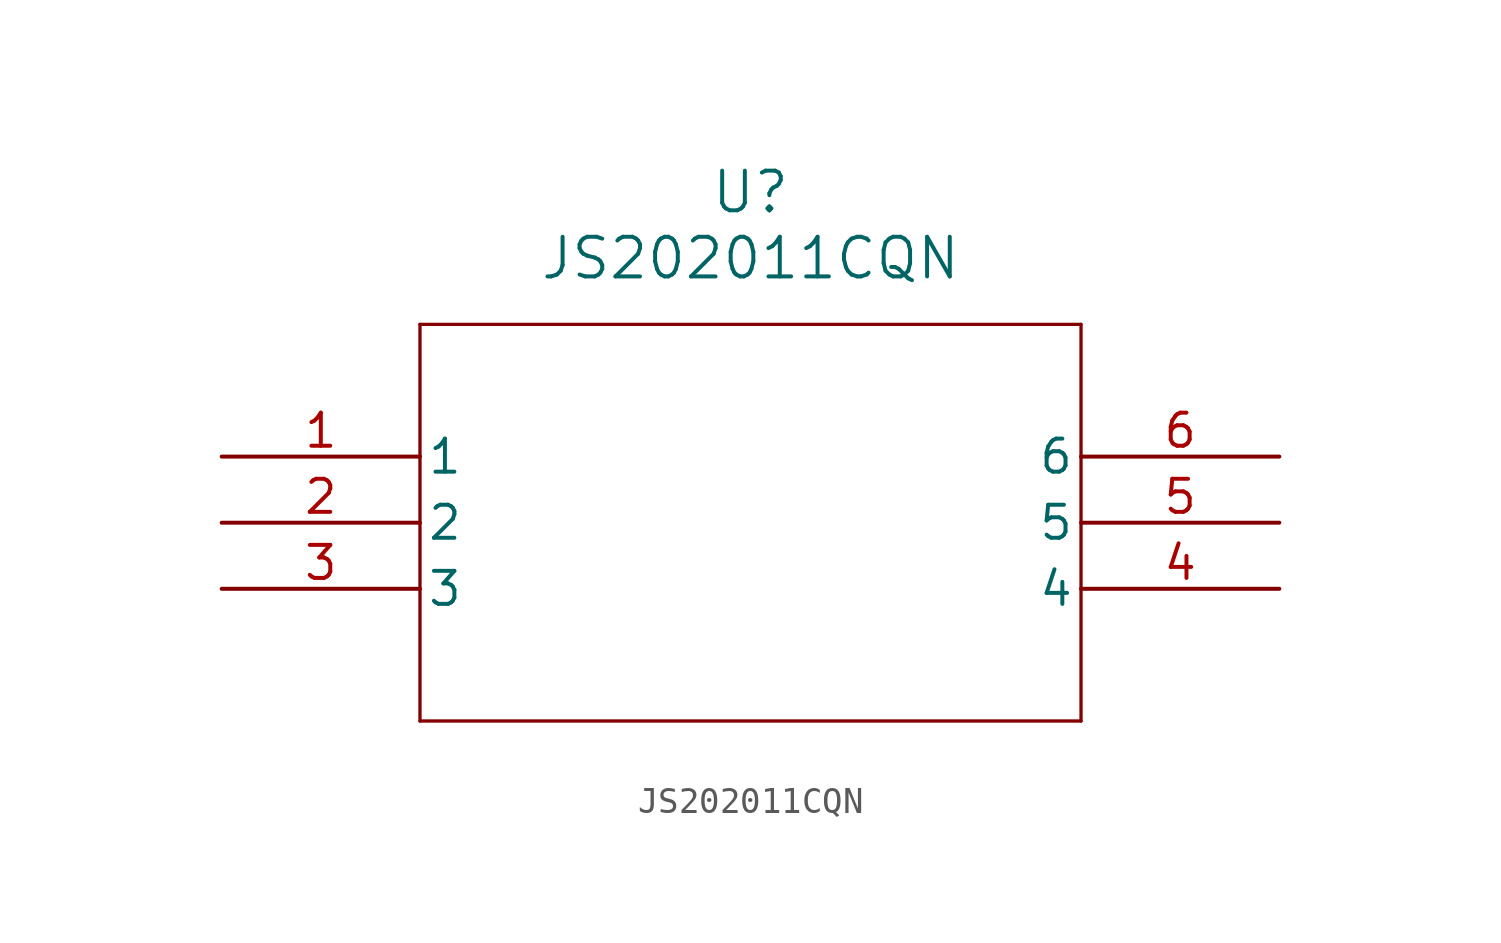
<source format=kicad_sym>
(kicad_symbol_lib
  (version 20211014)
  (generator kicad_symbol_editor)
  (symbol "JS202011CQN"
    (pin_names
      (offset 0.254))
    (property "Reference" "U"
      (at 20.32 10.16 0)
      (effects (font (size 1.524 1.524))))
    (property "Value" "JS202011CQN"
      (at 20.32 7.62 0)
      (effects (font (size 1.524 1.524))))
    (polyline
      (pts (xy 7.62 5.08) (xy 7.62 -10.16))
      (stroke (width 0.127) (type default) (color 0 0 0 0))
      (fill (type none)))
    (polyline
      (pts (xy 7.62 -10.16) (xy 33.02 -10.16))
      (stroke (width 0.127) (type default) (color 0 0 0 0))
      (fill (type none)))
    (polyline
      (pts (xy 33.02 -10.16) (xy 33.02 5.08))
      (stroke (width 0.127) (type default) (color 0 0 0 0))
      (fill (type none)))
    (polyline
      (pts (xy 33.02 5.08) (xy 7.62 5.08))
      (stroke (width 0.127) (type default) (color 0 0 0 0))
      (fill (type none)))
    (pin unspecified line
      (at 0 0 0)
      (length 7.62)
      (name "1" (effects (font (size 1.27 1.27))))
      (number "1" (effects (font (size 1.27 1.27)))))
    (pin unspecified line
      (at 0 -2.54 0)
      (length 7.62)
      (name "2" (effects (font (size 1.27 1.27))))
      (number "2" (effects (font (size 1.27 1.27)))))
    (pin unspecified line
      (at 0 -5.08 0)
      (length 7.62)
      (name "3" (effects (font (size 1.27 1.27))))
      (number "3" (effects (font (size 1.27 1.27)))))
    (pin unspecified line
      (at 40.64 -5.08 180)
      (length 7.62)
      (name "4" (effects (font (size 1.27 1.27))))
      (number "4" (effects (font (size 1.27 1.27)))))
    (pin unspecified line
      (at 40.64 -2.54 180)
      (length 7.62)
      (name "5" (effects (font (size 1.27 1.27))))
      (number "5" (effects (font (size 1.27 1.27)))))
    (pin unspecified line
      (at 40.64 0 180)
      (length 7.62)
      (name "6" (effects (font (size 1.27 1.27))))
      (number "6" (effects (font (size 1.27 1.27)))))))
</source>
